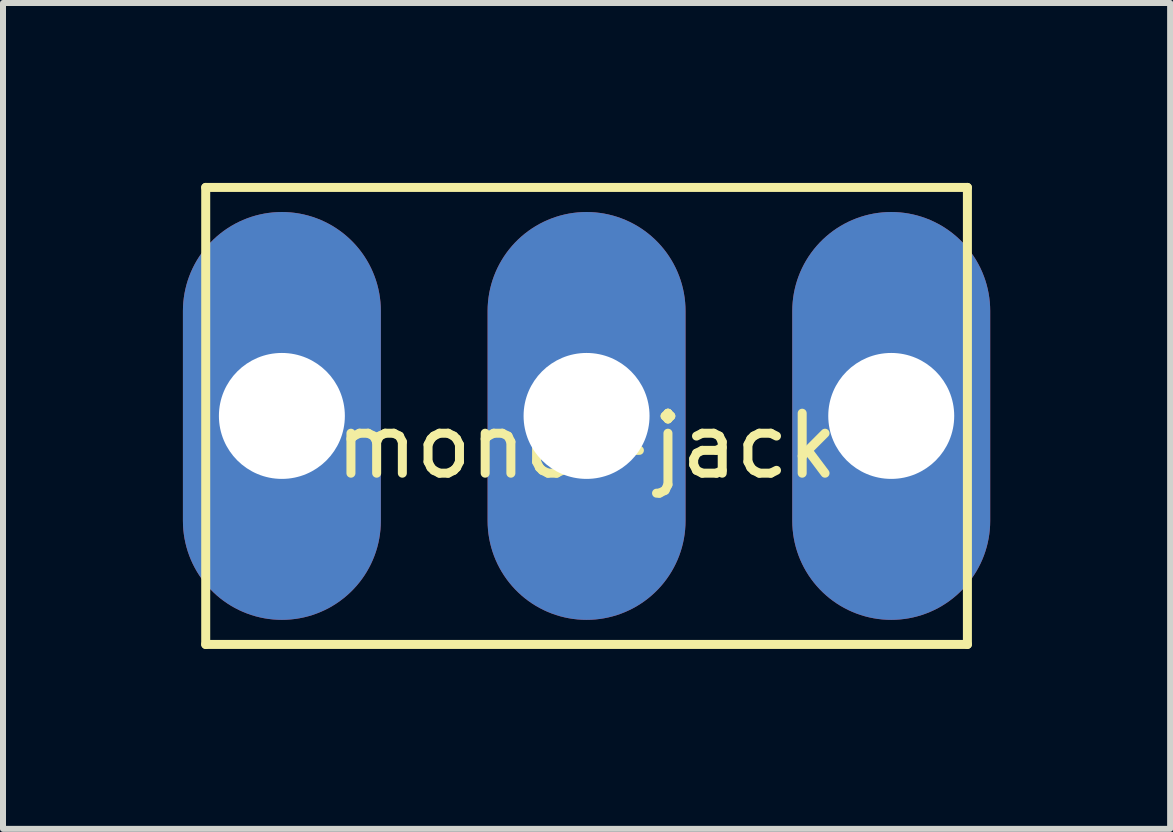
<source format=kicad_pcb>
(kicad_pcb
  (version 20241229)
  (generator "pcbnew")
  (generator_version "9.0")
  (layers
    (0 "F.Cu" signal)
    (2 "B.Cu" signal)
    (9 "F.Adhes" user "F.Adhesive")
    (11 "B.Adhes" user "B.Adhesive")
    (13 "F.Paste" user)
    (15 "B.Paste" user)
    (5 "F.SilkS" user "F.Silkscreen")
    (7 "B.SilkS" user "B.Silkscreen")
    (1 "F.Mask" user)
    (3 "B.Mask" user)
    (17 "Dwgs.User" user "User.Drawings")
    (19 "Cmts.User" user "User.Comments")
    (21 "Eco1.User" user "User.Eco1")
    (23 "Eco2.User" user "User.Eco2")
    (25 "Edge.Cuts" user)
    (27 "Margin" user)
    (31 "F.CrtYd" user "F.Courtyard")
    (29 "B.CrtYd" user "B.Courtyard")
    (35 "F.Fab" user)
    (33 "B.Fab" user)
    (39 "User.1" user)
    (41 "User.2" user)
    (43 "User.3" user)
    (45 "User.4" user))
  (footprint "mono-jack"
    (layer "F.Cu")
    (at 6.73 3.885)
    (property "Reference" "mono-jack" (at 0 0.5 0) (layer "F.SilkS") (effects (font (size 1 1) (thickness 0.15))))
    (attr through_hole)
    (fp_line (start -6.35 -3.81) (end -6.35 3.81) (stroke (width 0.15) (type solid)) (layer "F.SilkS"))
    (fp_line (start -6.35 3.81) (end 6.35 3.81) (stroke (width 0.15) (type solid)) (layer "F.SilkS"))
    (fp_line (start 6.35 -3.81) (end -6.35 -3.81) (stroke (width 0.15) (type solid)) (layer "F.SilkS"))
    (fp_line (start 6.35 3.81) (end 6.35 -3.81) (stroke (width 0.15) (type solid)) (layer "F.SilkS"))
    (pad "1" thru_hole oval (at 5.08 0) (size 3.3 6.8) (drill 2.1) (layers "*.Cu" "*.Mask"))
    (pad "2" thru_hole oval (at 0 0) (size 3.3 6.8) (drill 2.1) (layers "*.Cu" "*.Mask"))
    (pad "3" thru_hole oval (at -5.08 0) (size 3.3 6.8) (drill 2.1) (layers "*.Cu" "*.Mask")))
  (gr_rect
    (start -3 -3)
    (end 16.46 10.77)
    (stroke (width 0.1) (type default))
    (fill no)
    (layer "Edge.Cuts")))
</source>
